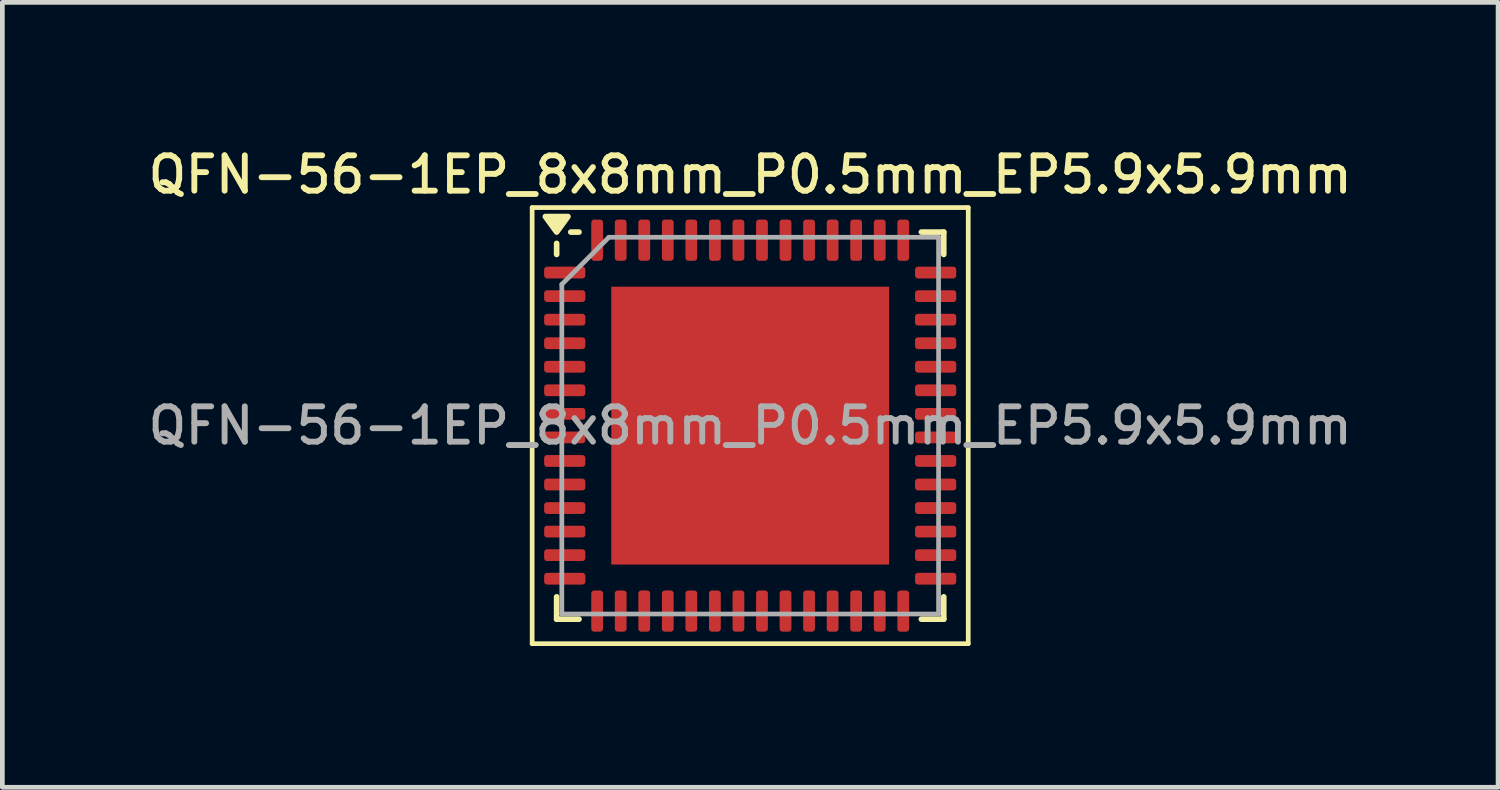
<source format=kicad_pcb>
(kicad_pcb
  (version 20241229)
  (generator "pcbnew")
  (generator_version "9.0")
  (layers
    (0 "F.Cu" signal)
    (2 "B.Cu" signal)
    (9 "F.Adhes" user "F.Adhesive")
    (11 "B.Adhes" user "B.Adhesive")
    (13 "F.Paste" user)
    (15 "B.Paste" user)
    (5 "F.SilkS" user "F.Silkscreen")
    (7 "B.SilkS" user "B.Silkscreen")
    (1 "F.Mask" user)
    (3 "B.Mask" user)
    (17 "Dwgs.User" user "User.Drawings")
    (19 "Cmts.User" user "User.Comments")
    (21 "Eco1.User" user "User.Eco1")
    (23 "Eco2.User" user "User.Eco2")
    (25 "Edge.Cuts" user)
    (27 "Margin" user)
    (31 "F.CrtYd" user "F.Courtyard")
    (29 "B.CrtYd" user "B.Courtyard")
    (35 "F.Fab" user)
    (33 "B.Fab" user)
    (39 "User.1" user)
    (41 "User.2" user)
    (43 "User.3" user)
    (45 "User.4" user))
  (footprint "QFN-56-1EP_8x8mm_P0.5mm_EP5.9x5.9mm"
    (layer "F.Cu")
    (at 12.88 5.988)
    (property "Reference" "QFN-56-1EP_8x8mm_P0.5mm_EP5.9x5.9mm" (at 0 -5.33 0) (layer "F.SilkS") (effects (font (size 0.75 0.75) (thickness 0.125))))
    (attr smd)
    (fp_line (start -4.63 -4.63) (end -4.63 4.63) (stroke (width 0.1) (type solid)) (layer "F.SilkS"))
    (fp_line (start -4.63 4.63) (end 4.63 4.63) (stroke (width 0.1) (type solid)) (layer "F.SilkS"))
    (fp_line (start -4.11 -3.635) (end -4.11 -3.87) (stroke (width 0.12) (type solid)) (layer "F.SilkS"))
    (fp_line (start -4.11 4.11) (end -4.11 3.635) (stroke (width 0.12) (type solid)) (layer "F.SilkS"))
    (fp_line (start -3.635 -4.11) (end -3.81 -4.11) (stroke (width 0.12) (type solid)) (layer "F.SilkS"))
    (fp_line (start -3.635 4.11) (end -4.11 4.11) (stroke (width 0.12) (type solid)) (layer "F.SilkS"))
    (fp_line (start 3.635 -4.11) (end 4.11 -4.11) (stroke (width 0.12) (type solid)) (layer "F.SilkS"))
    (fp_line (start 3.635 4.11) (end 4.11 4.11) (stroke (width 0.12) (type solid)) (layer "F.SilkS"))
    (fp_line (start 4.11 -4.11) (end 4.11 -3.635) (stroke (width 0.12) (type solid)) (layer "F.SilkS"))
    (fp_line (start 4.11 4.11) (end 4.11 3.635) (stroke (width 0.12) (type solid)) (layer "F.SilkS"))
    (fp_line (start 4.63 -4.63) (end -4.63 -4.63) (stroke (width 0.1) (type solid)) (layer "F.SilkS"))
    (fp_line (start 4.63 4.63) (end 4.63 -4.63) (stroke (width 0.1) (type solid)) (layer "F.SilkS"))
    (fp_poly (pts (xy -4.11 -4.11) (xy -4.35 -4.44) (xy -3.87 -4.44) (xy -4.11 -4.11)) (stroke (width 0.12) (type solid)) (fill yes) (layer "F.SilkS"))
    (fp_line (start -4 -3) (end -3 -4) (stroke (width 0.1) (type solid)) (layer "F.Fab"))
    (fp_line (start -4 4) (end -4 -3) (stroke (width 0.1) (type solid)) (layer "F.Fab"))
    (fp_line (start -3 -4) (end 4 -4) (stroke (width 0.1) (type solid)) (layer "F.Fab"))
    (fp_line (start 4 -4) (end 4 4) (stroke (width 0.1) (type solid)) (layer "F.Fab"))
    (fp_line (start 4 4) (end -4 4) (stroke (width 0.1) (type solid)) (layer "F.Fab"))
    (fp_text user "${REFERENCE}" (at 0 0 0) (layer "F.Fab") (effects (font (size 0.75 0.75) (thickness 0.125))))
    (pad "" smd roundrect (at -2.22 -2.22) (size 1.19 1.19) (layers "F.Paste") (roundrect_rratio 0.21))
    (pad "" smd roundrect (at -2.22 -0.74) (size 1.19 1.19) (layers "F.Paste") (roundrect_rratio 0.21))
    (pad "" smd roundrect (at -2.22 0.74) (size 1.19 1.19) (layers "F.Paste") (roundrect_rratio 0.21))
    (pad "" smd roundrect (at -2.22 2.22) (size 1.19 1.19) (layers "F.Paste") (roundrect_rratio 0.21))
    (pad "" smd roundrect (at -0.74 -2.22) (size 1.19 1.19) (layers "F.Paste") (roundrect_rratio 0.21))
    (pad "" smd roundrect (at -0.74 -0.74) (size 1.19 1.19) (layers "F.Paste") (roundrect_rratio 0.21))
    (pad "" smd roundrect (at -0.74 0.74) (size 1.19 1.19) (layers "F.Paste") (roundrect_rratio 0.21))
    (pad "" smd roundrect (at -0.74 2.22) (size 1.19 1.19) (layers "F.Paste") (roundrect_rratio 0.21))
    (pad "" smd roundrect (at 0.74 -2.22) (size 1.19 1.19) (layers "F.Paste") (roundrect_rratio 0.21))
    (pad "" smd roundrect (at 0.74 -0.74) (size 1.19 1.19) (layers "F.Paste") (roundrect_rratio 0.21))
    (pad "" smd roundrect (at 0.74 0.74) (size 1.19 1.19) (layers "F.Paste") (roundrect_rratio 0.21))
    (pad "" smd roundrect (at 0.74 2.22) (size 1.19 1.19) (layers "F.Paste") (roundrect_rratio 0.21))
    (pad "" smd roundrect (at 2.22 -2.22) (size 1.19 1.19) (layers "F.Paste") (roundrect_rratio 0.21))
    (pad "" smd roundrect (at 2.22 -0.74) (size 1.19 1.19) (layers "F.Paste") (roundrect_rratio 0.21))
    (pad "" smd roundrect (at 2.22 0.74) (size 1.19 1.19) (layers "F.Paste") (roundrect_rratio 0.21))
    (pad "" smd roundrect (at 2.22 2.22) (size 1.19 1.19) (layers "F.Paste") (roundrect_rratio 0.21))
    (pad "1" smd roundrect (at -3.938 -3.25) (size 0.875 0.25) (layers "F.Cu" "F.Mask" "F.Paste") (roundrect_rratio 0.25))
    (pad "2" smd roundrect (at -3.938 -2.75) (size 0.875 0.25) (layers "F.Cu" "F.Mask" "F.Paste") (roundrect_rratio 0.25))
    (pad "3" smd roundrect (at -3.938 -2.25) (size 0.875 0.25) (layers "F.Cu" "F.Mask" "F.Paste") (roundrect_rratio 0.25))
    (pad "4" smd roundrect (at -3.938 -1.75) (size 0.875 0.25) (layers "F.Cu" "F.Mask" "F.Paste") (roundrect_rratio 0.25))
    (pad "5" smd roundrect (at -3.938 -1.25) (size 0.875 0.25) (layers "F.Cu" "F.Mask" "F.Paste") (roundrect_rratio 0.25))
    (pad "6" smd roundrect (at -3.938 -0.75) (size 0.875 0.25) (layers "F.Cu" "F.Mask" "F.Paste") (roundrect_rratio 0.25))
    (pad "7" smd roundrect (at -3.938 -0.25) (size 0.875 0.25) (layers "F.Cu" "F.Mask" "F.Paste") (roundrect_rratio 0.25))
    (pad "8" smd roundrect (at -3.938 0.25) (size 0.875 0.25) (layers "F.Cu" "F.Mask" "F.Paste") (roundrect_rratio 0.25))
    (pad "9" smd roundrect (at -3.938 0.75) (size 0.875 0.25) (layers "F.Cu" "F.Mask" "F.Paste") (roundrect_rratio 0.25))
    (pad "10" smd roundrect (at -3.938 1.25) (size 0.875 0.25) (layers "F.Cu" "F.Mask" "F.Paste") (roundrect_rratio 0.25))
    (pad "11" smd roundrect (at -3.938 1.75) (size 0.875 0.25) (layers "F.Cu" "F.Mask" "F.Paste") (roundrect_rratio 0.25))
    (pad "12" smd roundrect (at -3.938 2.25) (size 0.875 0.25) (layers "F.Cu" "F.Mask" "F.Paste") (roundrect_rratio 0.25))
    (pad "13" smd roundrect (at -3.938 2.75) (size 0.875 0.25) (layers "F.Cu" "F.Mask" "F.Paste") (roundrect_rratio 0.25))
    (pad "14" smd roundrect (at -3.938 3.25) (size 0.875 0.25) (layers "F.Cu" "F.Mask" "F.Paste") (roundrect_rratio 0.25))
    (pad "15" smd roundrect (at -3.25 3.938) (size 0.25 0.875) (layers "F.Cu" "F.Mask" "F.Paste") (roundrect_rratio 0.25))
    (pad "16" smd roundrect (at -2.75 3.938) (size 0.25 0.875) (layers "F.Cu" "F.Mask" "F.Paste") (roundrect_rratio 0.25))
    (pad "17" smd roundrect (at -2.25 3.938) (size 0.25 0.875) (layers "F.Cu" "F.Mask" "F.Paste") (roundrect_rratio 0.25))
    (pad "18" smd roundrect (at -1.75 3.938) (size 0.25 0.875) (layers "F.Cu" "F.Mask" "F.Paste") (roundrect_rratio 0.25))
    (pad "19" smd roundrect (at -1.25 3.938) (size 0.25 0.875) (layers "F.Cu" "F.Mask" "F.Paste") (roundrect_rratio 0.25))
    (pad "20" smd roundrect (at -0.75 3.938) (size 0.25 0.875) (layers "F.Cu" "F.Mask" "F.Paste") (roundrect_rratio 0.25))
    (pad "21" smd roundrect (at -0.25 3.938) (size 0.25 0.875) (layers "F.Cu" "F.Mask" "F.Paste") (roundrect_rratio 0.25))
    (pad "22" smd roundrect (at 0.25 3.938) (size 0.25 0.875) (layers "F.Cu" "F.Mask" "F.Paste") (roundrect_rratio 0.25))
    (pad "23" smd roundrect (at 0.75 3.938) (size 0.25 0.875) (layers "F.Cu" "F.Mask" "F.Paste") (roundrect_rratio 0.25))
    (pad "24" smd roundrect (at 1.25 3.938) (size 0.25 0.875) (layers "F.Cu" "F.Mask" "F.Paste") (roundrect_rratio 0.25))
    (pad "25" smd roundrect (at 1.75 3.938) (size 0.25 0.875) (layers "F.Cu" "F.Mask" "F.Paste") (roundrect_rratio 0.25))
    (pad "26" smd roundrect (at 2.25 3.938) (size 0.25 0.875) (layers "F.Cu" "F.Mask" "F.Paste") (roundrect_rratio 0.25))
    (pad "27" smd roundrect (at 2.75 3.938) (size 0.25 0.875) (layers "F.Cu" "F.Mask" "F.Paste") (roundrect_rratio 0.25))
    (pad "28" smd roundrect (at 3.25 3.938) (size 0.25 0.875) (layers "F.Cu" "F.Mask" "F.Paste") (roundrect_rratio 0.25))
    (pad "29" smd roundrect (at 3.938 3.25) (size 0.875 0.25) (layers "F.Cu" "F.Mask" "F.Paste") (roundrect_rratio 0.25))
    (pad "30" smd roundrect (at 3.938 2.75) (size 0.875 0.25) (layers "F.Cu" "F.Mask" "F.Paste") (roundrect_rratio 0.25))
    (pad "31" smd roundrect (at 3.938 2.25) (size 0.875 0.25) (layers "F.Cu" "F.Mask" "F.Paste") (roundrect_rratio 0.25))
    (pad "32" smd roundrect (at 3.938 1.75) (size 0.875 0.25) (layers "F.Cu" "F.Mask" "F.Paste") (roundrect_rratio 0.25))
    (pad "33" smd roundrect (at 3.938 1.25) (size 0.875 0.25) (layers "F.Cu" "F.Mask" "F.Paste") (roundrect_rratio 0.25))
    (pad "34" smd roundrect (at 3.938 0.75) (size 0.875 0.25) (layers "F.Cu" "F.Mask" "F.Paste") (roundrect_rratio 0.25))
    (pad "35" smd roundrect (at 3.938 0.25) (size 0.875 0.25) (layers "F.Cu" "F.Mask" "F.Paste") (roundrect_rratio 0.25))
    (pad "36" smd roundrect (at 3.938 -0.25) (size 0.875 0.25) (layers "F.Cu" "F.Mask" "F.Paste") (roundrect_rratio 0.25))
    (pad "37" smd roundrect (at 3.938 -0.75) (size 0.875 0.25) (layers "F.Cu" "F.Mask" "F.Paste") (roundrect_rratio 0.25))
    (pad "38" smd roundrect (at 3.938 -1.25) (size 0.875 0.25) (layers "F.Cu" "F.Mask" "F.Paste") (roundrect_rratio 0.25))
    (pad "39" smd roundrect (at 3.938 -1.75) (size 0.875 0.25) (layers "F.Cu" "F.Mask" "F.Paste") (roundrect_rratio 0.25))
    (pad "40" smd roundrect (at 3.938 -2.25) (size 0.875 0.25) (layers "F.Cu" "F.Mask" "F.Paste") (roundrect_rratio 0.25))
    (pad "41" smd roundrect (at 3.938 -2.75) (size 0.875 0.25) (layers "F.Cu" "F.Mask" "F.Paste") (roundrect_rratio 0.25))
    (pad "42" smd roundrect (at 3.938 -3.25) (size 0.875 0.25) (layers "F.Cu" "F.Mask" "F.Paste") (roundrect_rratio 0.25))
    (pad "43" smd roundrect (at 3.25 -3.938) (size 0.25 0.875) (layers "F.Cu" "F.Mask" "F.Paste") (roundrect_rratio 0.25))
    (pad "44" smd roundrect (at 2.75 -3.938) (size 0.25 0.875) (layers "F.Cu" "F.Mask" "F.Paste") (roundrect_rratio 0.25))
    (pad "45" smd roundrect (at 2.25 -3.938) (size 0.25 0.875) (layers "F.Cu" "F.Mask" "F.Paste") (roundrect_rratio 0.25))
    (pad "46" smd roundrect (at 1.75 -3.938) (size 0.25 0.875) (layers "F.Cu" "F.Mask" "F.Paste") (roundrect_rratio 0.25))
    (pad "47" smd roundrect (at 1.25 -3.938) (size 0.25 0.875) (layers "F.Cu" "F.Mask" "F.Paste") (roundrect_rratio 0.25))
    (pad "48" smd roundrect (at 0.75 -3.938) (size 0.25 0.875) (layers "F.Cu" "F.Mask" "F.Paste") (roundrect_rratio 0.25))
    (pad "49" smd roundrect (at 0.25 -3.938) (size 0.25 0.875) (layers "F.Cu" "F.Mask" "F.Paste") (roundrect_rratio 0.25))
    (pad "50" smd roundrect (at -0.25 -3.938) (size 0.25 0.875) (layers "F.Cu" "F.Mask" "F.Paste") (roundrect_rratio 0.25))
    (pad "51" smd roundrect (at -0.75 -3.938) (size 0.25 0.875) (layers "F.Cu" "F.Mask" "F.Paste") (roundrect_rratio 0.25))
    (pad "52" smd roundrect (at -1.25 -3.938) (size 0.25 0.875) (layers "F.Cu" "F.Mask" "F.Paste") (roundrect_rratio 0.25))
    (pad "53" smd roundrect (at -1.75 -3.938) (size 0.25 0.875) (layers "F.Cu" "F.Mask" "F.Paste") (roundrect_rratio 0.25))
    (pad "54" smd roundrect (at -2.25 -3.938) (size 0.25 0.875) (layers "F.Cu" "F.Mask" "F.Paste") (roundrect_rratio 0.25))
    (pad "55" smd roundrect (at -2.75 -3.938) (size 0.25 0.875) (layers "F.Cu" "F.Mask" "F.Paste") (roundrect_rratio 0.25))
    (pad "56" smd roundrect (at -3.25 -3.938) (size 0.25 0.875) (layers "F.Cu" "F.Mask" "F.Paste") (roundrect_rratio 0.25))
    (pad "57" smd rect (at 0 0) (size 5.9 5.9) (property pad_prop_heatsink) (layers "F.Cu" "F.Mask")))
  (gr_rect
    (start -3 -3)
    (end 28.761 13.668)
    (stroke (width 0.1) (type default))
    (fill no)
    (layer "Edge.Cuts")))
</source>
